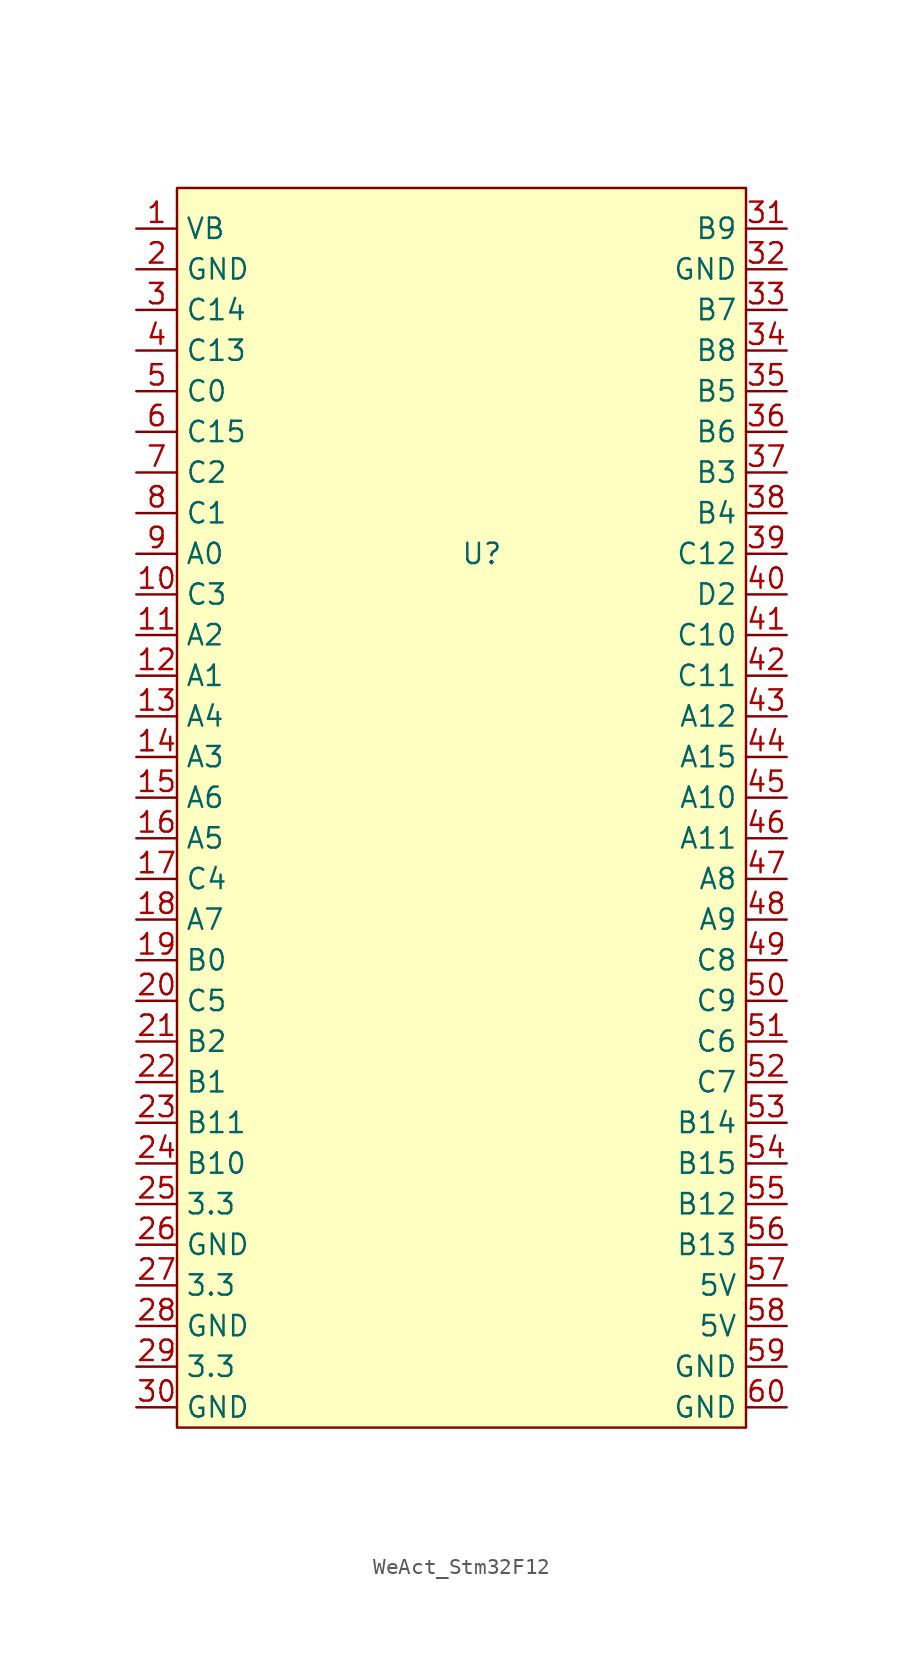
<source format=kicad_sym>
(kicad_symbol_lib
  (version 20241209)
  (generator "kicad_symbol_editor")
  (generator_version "9.0")
  (symbol "WeAct_Stm32F12"
    (property "Reference" "U"
      (at 0 0 0)
      (effects (font (size 1.27 1.27))))
    (property "Value" ""
      (at 0 0 0)
      (effects (font (size 1.27 1.27))))
    (symbol "WeAct_Stm32F12_1_1"
      (rectangle (start -19.05 22.86) (end 16.51 -54.61) (stroke (width 0) (type solid)) (fill (type background)))
      (pin input line (at -21.59 20.32 0) (length 2.54) (name "VB" (effects (font (size 1.27 1.27)))) (number "1" (effects (font (size 1.27 1.27)))))
      (pin input line (at -21.59 17.78 0) (length 2.54) (name "GND" (effects (font (size 1.27 1.27)))) (number "2" (effects (font (size 1.27 1.27)))))
      (pin input line (at -21.59 15.24 0) (length 2.54) (name "C14" (effects (font (size 1.27 1.27)))) (number "3" (effects (font (size 1.27 1.27)))))
      (pin input line (at -21.59 12.7 0) (length 2.54) (name "C13" (effects (font (size 1.27 1.27)))) (number "4" (effects (font (size 1.27 1.27)))))
      (pin input line (at -21.59 10.16 0) (length 2.54) (name "C0" (effects (font (size 1.27 1.27)))) (number "5" (effects (font (size 1.27 1.27)))))
      (pin input line (at -21.59 7.62 0) (length 2.54) (name "C15" (effects (font (size 1.27 1.27)))) (number "6" (effects (font (size 1.27 1.27)))))
      (pin input line (at -21.59 5.08 0) (length 2.54) (name "C2" (effects (font (size 1.27 1.27)))) (number "7" (effects (font (size 1.27 1.27)))))
      (pin input line (at -21.59 2.54 0) (length 2.54) (name "C1" (effects (font (size 1.27 1.27)))) (number "8" (effects (font (size 1.27 1.27)))))
      (pin input line (at -21.59 0 0) (length 2.54) (name "A0" (effects (font (size 1.27 1.27)))) (number "9" (effects (font (size 1.27 1.27)))))
      (pin input line (at -21.59 -2.54 0) (length 2.54) (name "C3" (effects (font (size 1.27 1.27)))) (number "10" (effects (font (size 1.27 1.27)))))
      (pin input line (at -21.59 -5.08 0) (length 2.54) (name "A2" (effects (font (size 1.27 1.27)))) (number "11" (effects (font (size 1.27 1.27)))))
      (pin input line (at -21.59 -7.62 0) (length 2.54) (name "A1" (effects (font (size 1.27 1.27)))) (number "12" (effects (font (size 1.27 1.27)))))
      (pin input line (at -21.59 -10.16 0) (length 2.54) (name "A4" (effects (font (size 1.27 1.27)))) (number "13" (effects (font (size 1.27 1.27)))))
      (pin input line (at -21.59 -12.7 0) (length 2.54) (name "A3" (effects (font (size 1.27 1.27)))) (number "14" (effects (font (size 1.27 1.27)))))
      (pin input line (at -21.59 -15.24 0) (length 2.54) (name "A6" (effects (font (size 1.27 1.27)))) (number "15" (effects (font (size 1.27 1.27)))))
      (pin input line (at -21.59 -17.78 0) (length 2.54) (name "A5" (effects (font (size 1.27 1.27)))) (number "16" (effects (font (size 1.27 1.27)))))
      (pin input line (at -21.59 -20.32 0) (length 2.54) (name "C4" (effects (font (size 1.27 1.27)))) (number "17" (effects (font (size 1.27 1.27)))))
      (pin input line (at -21.59 -22.86 0) (length 2.54) (name "A7" (effects (font (size 1.27 1.27)))) (number "18" (effects (font (size 1.27 1.27)))))
      (pin input line (at -21.59 -25.4 0) (length 2.54) (name "B0" (effects (font (size 1.27 1.27)))) (number "19" (effects (font (size 1.27 1.27)))))
      (pin input line (at -21.59 -27.94 0) (length 2.54) (name "C5" (effects (font (size 1.27 1.27)))) (number "20" (effects (font (size 1.27 1.27)))))
      (pin input line (at -21.59 -30.48 0) (length 2.54) (name "B2" (effects (font (size 1.27 1.27)))) (number "21" (effects (font (size 1.27 1.27)))))
      (pin input line (at -21.59 -33.02 0) (length 2.54) (name "B1" (effects (font (size 1.27 1.27)))) (number "22" (effects (font (size 1.27 1.27)))))
      (pin input line (at -21.59 -35.56 0) (length 2.54) (name "B11" (effects (font (size 1.27 1.27)))) (number "23" (effects (font (size 1.27 1.27)))))
      (pin input line (at -21.59 -38.1 0) (length 2.54) (name "B10" (effects (font (size 1.27 1.27)))) (number "24" (effects (font (size 1.27 1.27)))))
      (pin input line (at -21.59 -40.64 0) (length 2.54) (name "3.3" (effects (font (size 1.27 1.27)))) (number "25" (effects (font (size 1.27 1.27)))))
      (pin input line (at -21.59 -43.18 0) (length 2.54) (name "GND" (effects (font (size 1.27 1.27)))) (number "26" (effects (font (size 1.27 1.27)))))
      (pin input line (at -21.59 -45.72 0) (length 2.54) (name "3.3" (effects (font (size 1.27 1.27)))) (number "27" (effects (font (size 1.27 1.27)))))
      (pin input line (at -21.59 -48.26 0) (length 2.54) (name "GND" (effects (font (size 1.27 1.27)))) (number "28" (effects (font (size 1.27 1.27)))))
      (pin input line (at -21.59 -50.8 0) (length 2.54) (name "3.3" (effects (font (size 1.27 1.27)))) (number "29" (effects (font (size 1.27 1.27)))))
      (pin input line (at -21.59 -53.34 0) (length 2.54) (name "GND" (effects (font (size 1.27 1.27)))) (number "30" (effects (font (size 1.27 1.27)))))
      (pin input line (at 19.05 20.32 180) (length 2.54) (name "B9" (effects (font (size 1.27 1.27)))) (number "31" (effects (font (size 1.27 1.27)))))
      (pin input line (at 19.05 17.78 180) (length 2.54) (name "GND" (effects (font (size 1.27 1.27)))) (number "32" (effects (font (size 1.27 1.27)))))
      (pin input line (at 19.05 15.24 180) (length 2.54) (name "B7" (effects (font (size 1.27 1.27)))) (number "33" (effects (font (size 1.27 1.27)))))
      (pin input line (at 19.05 12.7 180) (length 2.54) (name "B8" (effects (font (size 1.27 1.27)))) (number "34" (effects (font (size 1.27 1.27)))))
      (pin input line (at 19.05 10.16 180) (length 2.54) (name "B5" (effects (font (size 1.27 1.27)))) (number "35" (effects (font (size 1.27 1.27)))))
      (pin input line (at 19.05 7.62 180) (length 2.54) (name "B6" (effects (font (size 1.27 1.27)))) (number "36" (effects (font (size 1.27 1.27)))))
      (pin input line (at 19.05 5.08 180) (length 2.54) (name "B3" (effects (font (size 1.27 1.27)))) (number "37" (effects (font (size 1.27 1.27)))))
      (pin input line (at 19.05 2.54 180) (length 2.54) (name "B4" (effects (font (size 1.27 1.27)))) (number "38" (effects (font (size 1.27 1.27)))))
      (pin input line (at 19.05 0 180) (length 2.54) (name "C12" (effects (font (size 1.27 1.27)))) (number "39" (effects (font (size 1.27 1.27)))))
      (pin input line (at 19.05 -2.54 180) (length 2.54) (name "D2" (effects (font (size 1.27 1.27)))) (number "40" (effects (font (size 1.27 1.27)))))
      (pin input line (at 19.05 -5.08 180) (length 2.54) (name "C10" (effects (font (size 1.27 1.27)))) (number "41" (effects (font (size 1.27 1.27)))))
      (pin input line (at 19.05 -7.62 180) (length 2.54) (name "C11" (effects (font (size 1.27 1.27)))) (number "42" (effects (font (size 1.27 1.27)))))
      (pin input line (at 19.05 -10.16 180) (length 2.54) (name "A12" (effects (font (size 1.27 1.27)))) (number "43" (effects (font (size 1.27 1.27)))))
      (pin input line (at 19.05 -12.7 180) (length 2.54) (name "A15" (effects (font (size 1.27 1.27)))) (number "44" (effects (font (size 1.27 1.27)))))
      (pin input line (at 19.05 -15.24 180) (length 2.54) (name "A10" (effects (font (size 1.27 1.27)))) (number "45" (effects (font (size 1.27 1.27)))))
      (pin input line (at 19.05 -17.78 180) (length 2.54) (name "A11" (effects (font (size 1.27 1.27)))) (number "46" (effects (font (size 1.27 1.27)))))
      (pin input line (at 19.05 -20.32 180) (length 2.54) (name "A8" (effects (font (size 1.27 1.27)))) (number "47" (effects (font (size 1.27 1.27)))))
      (pin input line (at 19.05 -22.86 180) (length 2.54) (name "A9" (effects (font (size 1.27 1.27)))) (number "48" (effects (font (size 1.27 1.27)))))
      (pin input line (at 19.05 -25.4 180) (length 2.54) (name "C8" (effects (font (size 1.27 1.27)))) (number "49" (effects (font (size 1.27 1.27)))))
      (pin input line (at 19.05 -27.94 180) (length 2.54) (name "C9" (effects (font (size 1.27 1.27)))) (number "50" (effects (font (size 1.27 1.27)))))
      (pin input line (at 19.05 -30.48 180) (length 2.54) (name "C6" (effects (font (size 1.27 1.27)))) (number "51" (effects (font (size 1.27 1.27)))))
      (pin input line (at 19.05 -33.02 180) (length 2.54) (name "C7" (effects (font (size 1.27 1.27)))) (number "52" (effects (font (size 1.27 1.27)))))
      (pin input line (at 19.05 -35.56 180) (length 2.54) (name "B14" (effects (font (size 1.27 1.27)))) (number "53" (effects (font (size 1.27 1.27)))))
      (pin input line (at 19.05 -38.1 180) (length 2.54) (name "B15" (effects (font (size 1.27 1.27)))) (number "54" (effects (font (size 1.27 1.27)))))
      (pin input line (at 19.05 -40.64 180) (length 2.54) (name "B12" (effects (font (size 1.27 1.27)))) (number "55" (effects (font (size 1.27 1.27)))))
      (pin input line (at 19.05 -43.18 180) (length 2.54) (name "B13" (effects (font (size 1.27 1.27)))) (number "56" (effects (font (size 1.27 1.27)))))
      (pin input line (at 19.05 -45.72 180) (length 2.54) (name "5V" (effects (font (size 1.27 1.27)))) (number "57" (effects (font (size 1.27 1.27)))))
      (pin input line (at 19.05 -48.26 180) (length 2.54) (name "5V" (effects (font (size 1.27 1.27)))) (number "58" (effects (font (size 1.27 1.27)))))
      (pin input line (at 19.05 -50.8 180) (length 2.54) (name "GND" (effects (font (size 1.27 1.27)))) (number "59" (effects (font (size 1.27 1.27)))))
      (pin input line (at 19.05 -53.34 180) (length 2.54) (name "GND" (effects (font (size 1.27 1.27)))) (number "60" (effects (font (size 1.27 1.27))))))))
</source>
